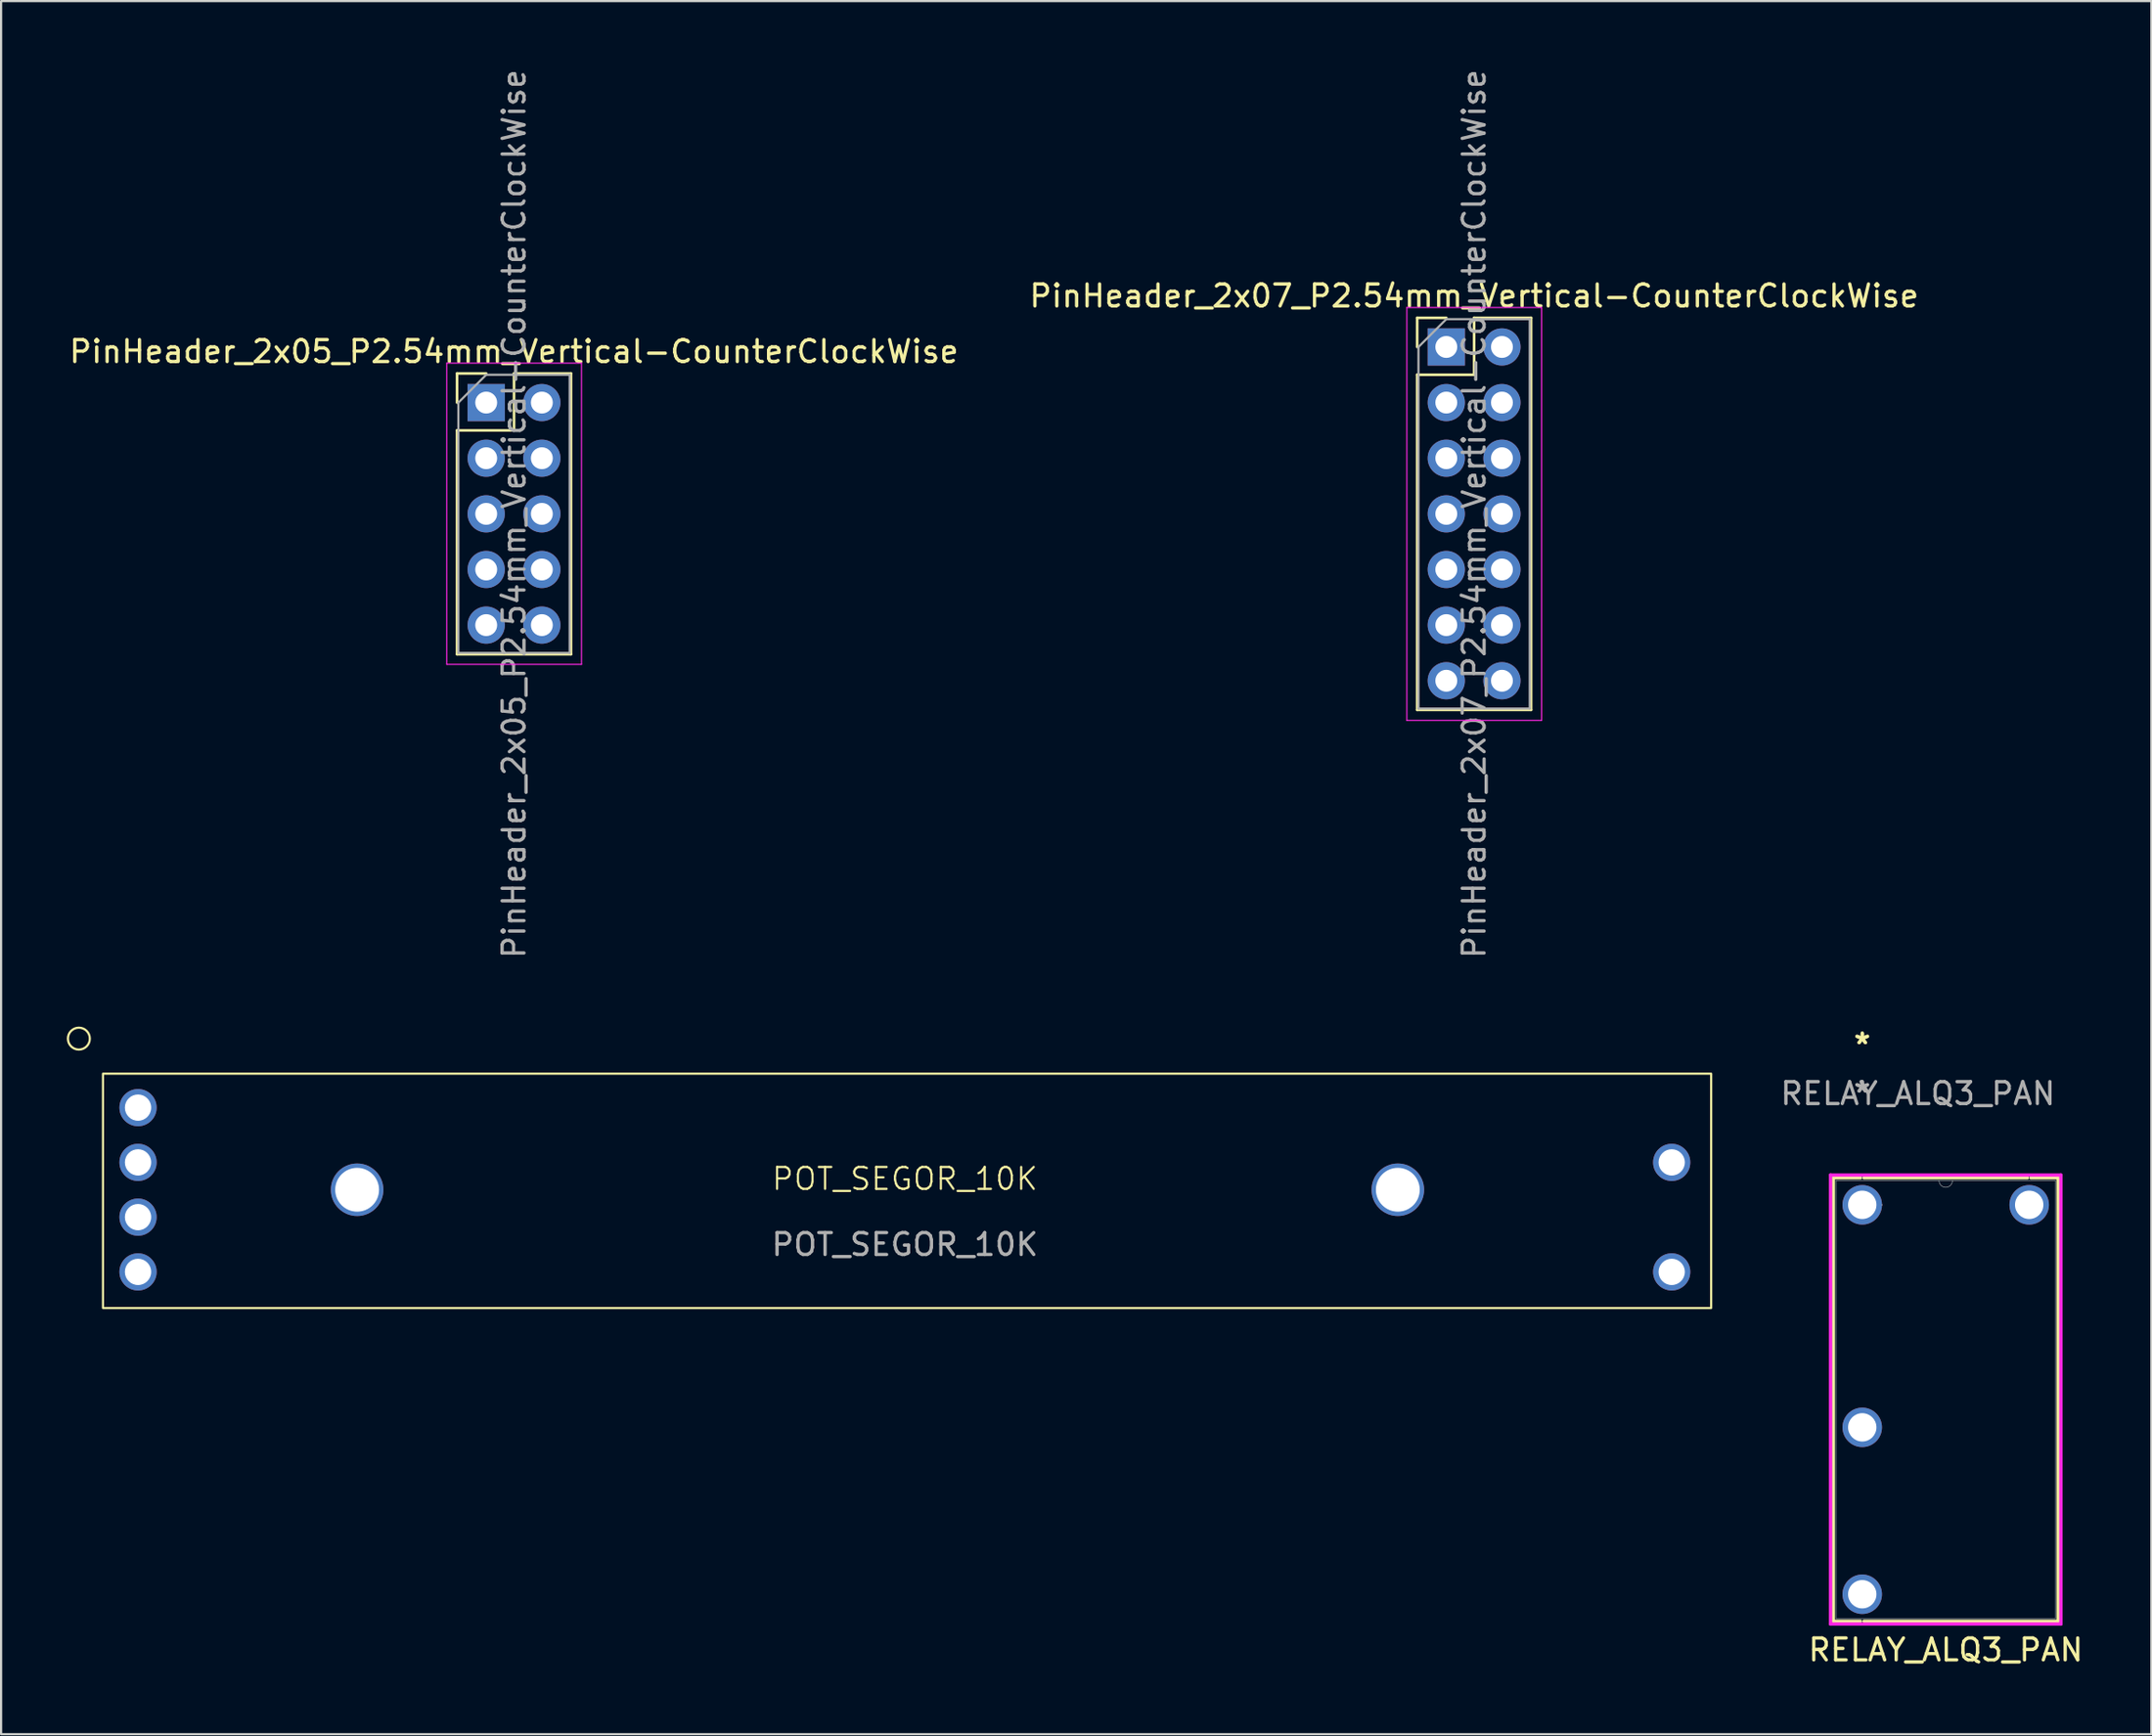
<source format=kicad_pcb>
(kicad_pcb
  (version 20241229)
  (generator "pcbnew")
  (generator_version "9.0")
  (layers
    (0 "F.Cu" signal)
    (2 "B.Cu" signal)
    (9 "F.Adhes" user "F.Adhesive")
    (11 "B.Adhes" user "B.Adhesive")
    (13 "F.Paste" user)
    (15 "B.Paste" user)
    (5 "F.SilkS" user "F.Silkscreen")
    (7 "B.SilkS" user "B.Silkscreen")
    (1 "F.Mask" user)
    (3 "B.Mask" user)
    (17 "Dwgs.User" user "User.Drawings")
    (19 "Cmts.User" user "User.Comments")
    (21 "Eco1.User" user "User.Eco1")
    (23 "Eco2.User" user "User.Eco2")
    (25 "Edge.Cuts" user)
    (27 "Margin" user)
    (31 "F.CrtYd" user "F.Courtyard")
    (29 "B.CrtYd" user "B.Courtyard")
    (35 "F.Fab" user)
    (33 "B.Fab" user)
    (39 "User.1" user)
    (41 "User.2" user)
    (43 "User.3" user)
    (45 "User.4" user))
  (footprint "RELAY_ALQ3_PAN"
    (layer "F.Cu")
    (at 87.027 59.579)
    (property "Reference" "RELAY_ALQ3_PAN" (at -1.27 12.7 0) (unlocked yes) (layer "F.SilkS") (effects (font (size 1 1) (thickness 0.15))))
    (attr through_hole)
    (fp_line (start -6.401 -8.852) (end -6.401 11.392) (stroke (width 0.152) (type solid)) (layer "F.SilkS"))
    (fp_line (start -6.401 11.392) (end -5.159 11.392) (stroke (width 0.152) (type solid)) (layer "F.SilkS"))
    (fp_line (start -5.159 -8.852) (end -6.401 -8.852) (stroke (width 0.152) (type solid)) (layer "F.SilkS"))
    (fp_line (start -5.001 11.392) (end 3.861 11.392) (stroke (width 0.152) (type solid)) (layer "F.SilkS"))
    (fp_line (start 2.461 -8.852) (end -5.001 -8.852) (stroke (width 0.152) (type solid)) (layer "F.SilkS"))
    (fp_line (start 3.861 -8.852) (end 2.619 -8.852) (stroke (width 0.152) (type solid)) (layer "F.SilkS"))
    (fp_line (start 3.861 11.392) (end 3.861 -8.852) (stroke (width 0.152) (type solid)) (layer "F.SilkS"))
    (fp_line (start -6.528 -8.979) (end 3.988 -8.979) (stroke (width 0.152) (type solid)) (layer "F.CrtYd"))
    (fp_line (start -6.528 11.519) (end -6.528 -8.979) (stroke (width 0.152) (type solid)) (layer "F.CrtYd"))
    (fp_line (start 3.988 -8.979) (end 3.988 11.519) (stroke (width 0.152) (type solid)) (layer "F.CrtYd"))
    (fp_line (start 3.988 11.519) (end -6.528 11.519) (stroke (width 0.152) (type solid)) (layer "F.CrtYd"))
    (fp_line (start -6.274 -8.725) (end -6.274 11.265) (stroke (width 0.025) (type solid)) (layer "F.Fab"))
    (fp_line (start -6.274 11.265) (end 3.734 11.265) (stroke (width 0.025) (type solid)) (layer "F.Fab"))
    (fp_line (start 3.734 -8.725) (end -6.274 -8.725) (stroke (width 0.025) (type solid)) (layer "F.Fab"))
    (fp_line (start 3.734 11.265) (end 3.734 -8.725) (stroke (width 0.025) (type solid)) (layer "F.Fab"))
    (fp_arc (start -0.9652 -8.7249) (mid -1.27 -8.4201) (end -1.5748 -8.7249) (stroke (width 0.0254) (type solid)) (layer "F.Fab"))
    (fp_circle (center -4.178 -7.62) (end -4.178 -7.62) (stroke (width 0.025) (type solid)) (fill no) (layer "F.Fab"))
    (fp_text user "*" (at -5.08 -14.91 0) (layer "F.SilkS") (effects (font (size 1 1) (thickness 0.15))))
    (fp_text user "*" (at -5.08 -14.91 0) (unlocked yes) (layer "F.SilkS") (effects (font (size 1 1) (thickness 0.15))))
    (fp_text user "${REFERENCE}" (at -2.54 -12.7 0) (unlocked yes) (layer "F.Fab") (effects (font (size 1 1) (thickness 0.15))))
    (fp_text user "*" (at -5.08 -12.7 0) (unlocked yes) (layer "F.Fab") (effects (font (size 1 1) (thickness 0.15))))
    (fp_text user "*" (at -5.08 -12.7 0) (layer "F.Fab") (effects (font (size 1 1) (thickness 0.15))))
    (pad "1" thru_hole circle (at -5.08 -7.62) (size 1.803 1.803) (drill 1.295) (layers "*.Cu" "*.Mask"))
    (pad "2" thru_hole circle (at 2.54 -7.62) (size 1.803 1.803) (drill 1.295) (layers "*.Cu" "*.Mask"))
    (pad "3" thru_hole circle (at -5.08 2.54) (size 1.803 1.803) (drill 1.295) (layers "*.Cu" "*.Mask"))
    (pad "4" thru_hole circle (at -5.08 10.16) (size 1.803 1.803) (drill 1.295) (layers "*.Cu" "*.Mask")))
  (footprint "PinHeader_2x05_P2.54mm_Vertical-CounterClockWise"
    (layer "F.Cu")
    (at 19.141 15.331)
    (property "Reference" "PinHeader_2x05_P2.54mm_Vertical-CounterClockWise" (at 1.27 -2.33 0) (layer "F.SilkS") (effects (font (size 1 1) (thickness 0.15))))
    (attr through_hole)
    (fp_line (start -1.33 -1.33) (end 0 -1.33) (stroke (width 0.12) (type solid)) (layer "F.SilkS"))
    (fp_line (start -1.33 0) (end -1.33 -1.33) (stroke (width 0.12) (type solid)) (layer "F.SilkS"))
    (fp_line (start -1.33 1.27) (end -1.33 11.49) (stroke (width 0.12) (type solid)) (layer "F.SilkS"))
    (fp_line (start -1.33 1.27) (end 1.27 1.27) (stroke (width 0.12) (type solid)) (layer "F.SilkS"))
    (fp_line (start -1.33 11.49) (end 3.87 11.49) (stroke (width 0.12) (type solid)) (layer "F.SilkS"))
    (fp_line (start 1.27 -1.33) (end 3.87 -1.33) (stroke (width 0.12) (type solid)) (layer "F.SilkS"))
    (fp_line (start 1.27 1.27) (end 1.27 -1.33) (stroke (width 0.12) (type solid)) (layer "F.SilkS"))
    (fp_line (start 3.87 -1.33) (end 3.87 11.49) (stroke (width 0.12) (type solid)) (layer "F.SilkS"))
    (fp_line (start -1.8 -1.8) (end -1.8 11.95) (stroke (width 0.05) (type solid)) (layer "F.CrtYd"))
    (fp_line (start -1.8 11.95) (end 4.35 11.95) (stroke (width 0.05) (type solid)) (layer "F.CrtYd"))
    (fp_line (start 4.35 -1.8) (end -1.8 -1.8) (stroke (width 0.05) (type solid)) (layer "F.CrtYd"))
    (fp_line (start 4.35 11.95) (end 4.35 -1.8) (stroke (width 0.05) (type solid)) (layer "F.CrtYd"))
    (fp_line (start -1.27 0) (end 0 -1.27) (stroke (width 0.1) (type solid)) (layer "F.Fab"))
    (fp_line (start -1.27 11.43) (end -1.27 0) (stroke (width 0.1) (type solid)) (layer "F.Fab"))
    (fp_line (start 0 -1.27) (end 3.81 -1.27) (stroke (width 0.1) (type solid)) (layer "F.Fab"))
    (fp_line (start 3.81 -1.27) (end 3.81 11.43) (stroke (width 0.1) (type solid)) (layer "F.Fab"))
    (fp_line (start 3.81 11.43) (end -1.27 11.43) (stroke (width 0.1) (type solid)) (layer "F.Fab"))
    (fp_text user "${REFERENCE}" (at 1.27 5.08 90) (layer "F.Fab") (effects (font (size 1 1) (thickness 0.15))))
    (pad "1" thru_hole rect (at 0 0) (size 1.7 1.7) (drill 1) (layers "*.Cu" "*.Mask"))
    (pad "2" thru_hole oval (at 0 2.54) (size 1.7 1.7) (drill 1) (layers "*.Cu" "*.Mask"))
    (pad "3" thru_hole oval (at 0 5.08) (size 1.7 1.7) (drill 1) (layers "*.Cu" "*.Mask"))
    (pad "4" thru_hole oval (at 0 7.62) (size 1.7 1.7) (drill 1) (layers "*.Cu" "*.Mask"))
    (pad "5" thru_hole oval (at 0 10.16) (size 1.7 1.7) (drill 1) (layers "*.Cu" "*.Mask"))
    (pad "6" thru_hole oval (at 2.54 10.16) (size 1.7 1.7) (drill 1) (layers "*.Cu" "*.Mask"))
    (pad "7" thru_hole oval (at 2.54 7.62) (size 1.7 1.7) (drill 1) (layers "*.Cu" "*.Mask"))
    (pad "8" thru_hole oval (at 2.54 5.08) (size 1.7 1.7) (drill 1) (layers "*.Cu" "*.Mask"))
    (pad "9" thru_hole oval (at 2.54 2.54) (size 1.7 1.7) (drill 1) (layers "*.Cu" "*.Mask"))
    (pad "10" thru_hole oval (at 2.54 0) (size 1.7 1.7) (drill 1) (layers "*.Cu" "*.Mask")))
  (footprint "POT_SEGOR_10K"
    (layer "F.Cu")
    (at 38.25 51.271)
    (property "Reference" "POT_SEGOR_10K" (at 0 -0.5 0) (unlocked yes) (layer "F.SilkS") (effects (font (size 1 1) (thickness 0.1))))
    (attr through_hole)
    (fp_rect (start -36.6 -5.3) (end 36.8 5.4) (stroke (width 0.1) (type default)) (fill no) (layer "F.SilkS"))
    (fp_circle (center -37.7 -6.9) (end -37.3 -6.6) (stroke (width 0.1) (type default)) (fill no) (layer "F.SilkS"))
    (fp_text user "${REFERENCE}" (at 0 2.5 0) (unlocked yes) (layer "F.Fab") (effects (font (size 1 1) (thickness 0.15))))
    (pad "1" thru_hole circle (at -35 -1.25) (size 1.7 1.7) (drill 1.2) (layers "*.Cu" "*.Mask"))
    (pad "2" thru_hole circle (at -35 -3.75) (size 1.7 1.7) (drill 1.2) (layers "*.Cu" "*.Mask"))
    (pad "3" thru_hole circle (at 35 -1.25) (size 1.7 1.7) (drill 1.2) (layers "*.Cu" "*.Mask"))
    (pad "L" thru_hole circle (at -35 1.25) (size 1.7 1.7) (drill 1.2) (layers "*.Cu" "*.Mask"))
    (pad "L" thru_hole circle (at -35 3.75) (size 1.7 1.7) (drill 1.2) (layers "*.Cu" "*.Mask"))
    (pad "L" thru_hole circle (at -25 0) (size 2.4 2.4) (drill 2) (layers "*.Cu" "*.Mask"))
    (pad "L" thru_hole circle (at 22.5 0) (size 2.4 2.4) (drill 2) (layers "*.Cu" "*.Mask"))
    (pad "L" thru_hole circle (at 35 3.75) (size 1.7 1.7) (drill 1.2) (layers "*.Cu" "*.Mask")))
  (footprint "PinHeader_2x07_P2.54mm_Vertical-CounterClockWise"
    (layer "F.Cu")
    (at 62.962 12.791)
    (property "Reference" "PinHeader_2x07_P2.54mm_Vertical-CounterClockWise" (at 1.27 -2.33 0) (layer "F.SilkS") (effects (font (size 1 1) (thickness 0.15))))
    (attr through_hole)
    (fp_line (start -1.33 -1.33) (end 0 -1.33) (stroke (width 0.12) (type solid)) (layer "F.SilkS"))
    (fp_line (start -1.33 0) (end -1.33 -1.33) (stroke (width 0.12) (type solid)) (layer "F.SilkS"))
    (fp_line (start -1.33 1.27) (end -1.33 16.57) (stroke (width 0.12) (type solid)) (layer "F.SilkS"))
    (fp_line (start -1.33 1.27) (end 1.27 1.27) (stroke (width 0.12) (type solid)) (layer "F.SilkS"))
    (fp_line (start -1.33 16.57) (end 3.87 16.57) (stroke (width 0.12) (type solid)) (layer "F.SilkS"))
    (fp_line (start 1.27 -1.33) (end 3.87 -1.33) (stroke (width 0.12) (type solid)) (layer "F.SilkS"))
    (fp_line (start 1.27 1.27) (end 1.27 -1.33) (stroke (width 0.12) (type solid)) (layer "F.SilkS"))
    (fp_line (start 3.87 -1.33) (end 3.87 16.57) (stroke (width 0.12) (type solid)) (layer "F.SilkS"))
    (fp_line (start -1.8 -1.8) (end -1.8 17.05) (stroke (width 0.05) (type solid)) (layer "F.CrtYd"))
    (fp_line (start -1.8 17.05) (end 4.35 17.05) (stroke (width 0.05) (type solid)) (layer "F.CrtYd"))
    (fp_line (start 4.35 -1.8) (end -1.8 -1.8) (stroke (width 0.05) (type solid)) (layer "F.CrtYd"))
    (fp_line (start 4.35 17.05) (end 4.35 -1.8) (stroke (width 0.05) (type solid)) (layer "F.CrtYd"))
    (fp_line (start -1.27 0) (end 0 -1.27) (stroke (width 0.1) (type solid)) (layer "F.Fab"))
    (fp_line (start -1.27 16.51) (end -1.27 0) (stroke (width 0.1) (type solid)) (layer "F.Fab"))
    (fp_line (start 0 -1.27) (end 3.81 -1.27) (stroke (width 0.1) (type solid)) (layer "F.Fab"))
    (fp_line (start 3.81 -1.27) (end 3.81 16.51) (stroke (width 0.1) (type solid)) (layer "F.Fab"))
    (fp_line (start 3.81 16.51) (end -1.27 16.51) (stroke (width 0.1) (type solid)) (layer "F.Fab"))
    (fp_text user "${REFERENCE}" (at 1.27 7.62 90) (layer "F.Fab") (effects (font (size 1 1) (thickness 0.15))))
    (pad "1" thru_hole rect (at 0 0) (size 1.7 1.7) (drill 1) (layers "*.Cu" "*.Mask"))
    (pad "2" thru_hole oval (at 0 2.54) (size 1.7 1.7) (drill 1) (layers "*.Cu" "*.Mask"))
    (pad "3" thru_hole oval (at 0 5.08) (size 1.7 1.7) (drill 1) (layers "*.Cu" "*.Mask"))
    (pad "4" thru_hole oval (at 0 7.62) (size 1.7 1.7) (drill 1) (layers "*.Cu" "*.Mask"))
    (pad "5" thru_hole oval (at 0 10.16) (size 1.7 1.7) (drill 1) (layers "*.Cu" "*.Mask"))
    (pad "6" thru_hole oval (at 0 12.7) (size 1.7 1.7) (drill 1) (layers "*.Cu" "*.Mask"))
    (pad "7" thru_hole oval (at 0 15.24) (size 1.7 1.7) (drill 1) (layers "*.Cu" "*.Mask"))
    (pad "8" thru_hole oval (at 2.54 15.24) (size 1.7 1.7) (drill 1) (layers "*.Cu" "*.Mask"))
    (pad "9" thru_hole oval (at 2.54 12.7) (size 1.7 1.7) (drill 1) (layers "*.Cu" "*.Mask"))
    (pad "10" thru_hole oval (at 2.54 10.16) (size 1.7 1.7) (drill 1) (layers "*.Cu" "*.Mask"))
    (pad "11" thru_hole oval (at 2.54 7.62) (size 1.7 1.7) (drill 1) (layers "*.Cu" "*.Mask"))
    (pad "12" thru_hole oval (at 2.54 5.08) (size 1.7 1.7) (drill 1) (layers "*.Cu" "*.Mask"))
    (pad "13" thru_hole oval (at 2.54 2.54) (size 1.7 1.7) (drill 1) (layers "*.Cu" "*.Mask"))
    (pad "14" thru_hole oval (at 2.54 0) (size 1.7 1.7) (drill 1) (layers "*.Cu" "*.Mask")))
  (gr_rect
    (start -3 -3)
    (end 95.144 76.128)
    (stroke (width 0.1) (type default))
    (fill no)
    (layer "Edge.Cuts")))
</source>
